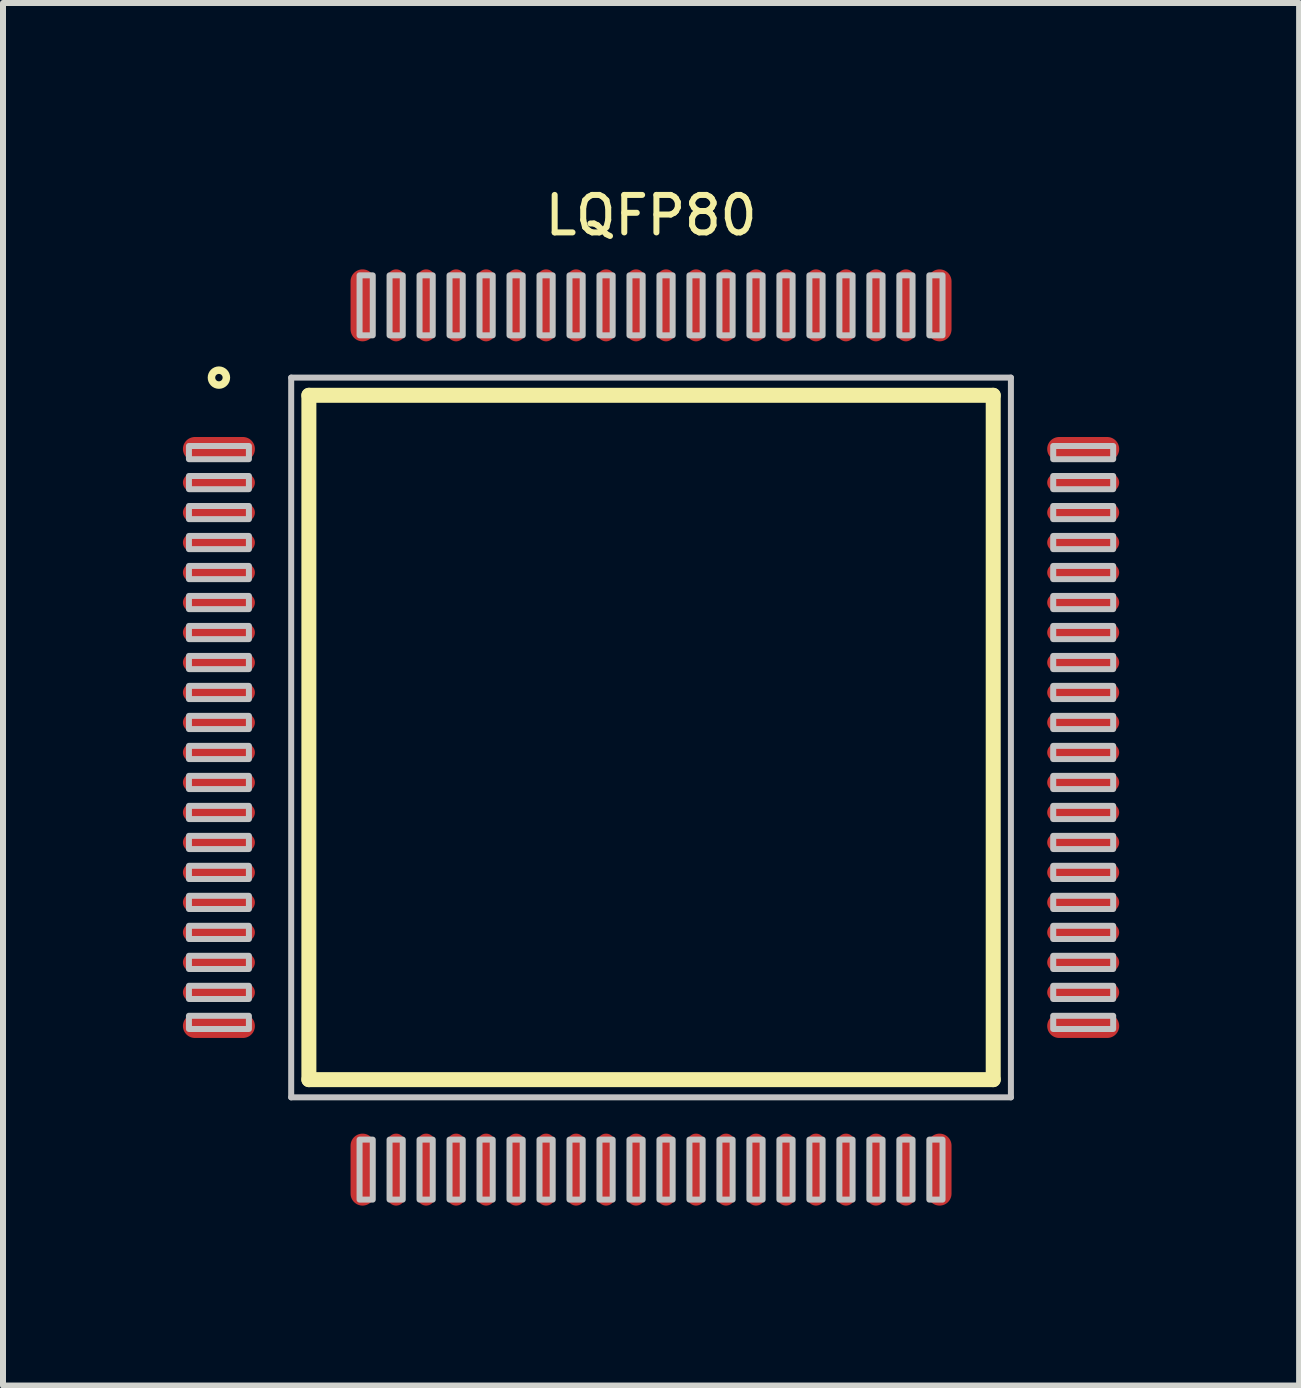
<source format=kicad_pcb>
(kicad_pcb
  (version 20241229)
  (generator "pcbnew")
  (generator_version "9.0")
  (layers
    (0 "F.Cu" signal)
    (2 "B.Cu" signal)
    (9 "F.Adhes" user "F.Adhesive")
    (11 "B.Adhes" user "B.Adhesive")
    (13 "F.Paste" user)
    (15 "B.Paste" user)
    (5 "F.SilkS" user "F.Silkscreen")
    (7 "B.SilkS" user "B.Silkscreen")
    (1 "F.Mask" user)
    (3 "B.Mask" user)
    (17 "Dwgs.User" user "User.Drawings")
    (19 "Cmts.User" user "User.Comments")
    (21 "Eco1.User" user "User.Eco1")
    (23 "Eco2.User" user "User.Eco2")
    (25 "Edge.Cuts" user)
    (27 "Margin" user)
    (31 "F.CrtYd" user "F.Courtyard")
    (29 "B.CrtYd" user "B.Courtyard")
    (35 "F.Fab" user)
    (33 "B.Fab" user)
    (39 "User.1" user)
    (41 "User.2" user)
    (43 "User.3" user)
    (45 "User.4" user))
  (footprint "LQFP80"
    (layer "F.Cu")
    (at 7.805 9.246)
    (property "Reference" "LQFP80" (at 0 -8.705 0) (layer "F.SilkS") (effects (font (size 0.625 0.625) (thickness 0.1))))
    (attr through_hole)
    (fp_line (start -5.705 -5.705) (end 5.705 -5.705) (stroke (width 0.25) (type solid)) (layer "F.SilkS"))
    (fp_line (start -5.705 5.705) (end -5.705 -5.705) (stroke (width 0.25) (type solid)) (layer "F.SilkS"))
    (fp_line (start 5.705 -5.705) (end 5.705 5.705) (stroke (width 0.25) (type solid)) (layer "F.SilkS"))
    (fp_line (start 5.705 5.705) (end -5.705 5.705) (stroke (width 0.25) (type solid)) (layer "F.SilkS"))
    (fp_circle (center -7.205 -6) (end -7.117 -5.912) (stroke (width 0.125) (type solid)) (fill no) (layer "F.SilkS"))
    (fp_line (start -6 -6) (end -6 6) (stroke (width 0.1) (type solid)) (layer "Dwgs.User"))
    (fp_line (start -6 6) (end 6 6) (stroke (width 0.1) (type solid)) (layer "Dwgs.User"))
    (fp_line (start 6 -6) (end -6 -6) (stroke (width 0.1) (type solid)) (layer "Dwgs.User"))
    (fp_line (start 6 6) (end 6 -6) (stroke (width 0.1) (type solid)) (layer "Dwgs.User"))
    (fp_poly (pts (xy -7.705 -4.86) (xy -7.705 -4.64) (xy -6.705 -4.64) (xy -6.705 -4.86) (xy -7.705 -4.86)) (stroke (width 0.1) (type solid)) (fill no) (layer "Dwgs.User"))
    (fp_poly (pts (xy -7.705 -4.36) (xy -7.705 -4.14) (xy -6.705 -4.14) (xy -6.705 -4.36) (xy -7.705 -4.36)) (stroke (width 0.1) (type solid)) (fill no) (layer "Dwgs.User"))
    (fp_poly (pts (xy -7.705 -3.86) (xy -7.705 -3.64) (xy -6.705 -3.64) (xy -6.705 -3.86) (xy -7.705 -3.86)) (stroke (width 0.1) (type solid)) (fill no) (layer "Dwgs.User"))
    (fp_poly (pts (xy -7.705 -3.36) (xy -7.705 -3.14) (xy -6.705 -3.14) (xy -6.705 -3.36) (xy -7.705 -3.36)) (stroke (width 0.1) (type solid)) (fill no) (layer "Dwgs.User"))
    (fp_poly (pts (xy -7.705 -2.86) (xy -7.705 -2.64) (xy -6.705 -2.64) (xy -6.705 -2.86) (xy -7.705 -2.86)) (stroke (width 0.1) (type solid)) (fill no) (layer "Dwgs.User"))
    (fp_poly (pts (xy -7.705 -2.36) (xy -7.705 -2.14) (xy -6.705 -2.14) (xy -6.705 -2.36) (xy -7.705 -2.36)) (stroke (width 0.1) (type solid)) (fill no) (layer "Dwgs.User"))
    (fp_poly (pts (xy -7.705 -1.86) (xy -7.705 -1.64) (xy -6.705 -1.64) (xy -6.705 -1.86) (xy -7.705 -1.86)) (stroke (width 0.1) (type solid)) (fill no) (layer "Dwgs.User"))
    (fp_poly (pts (xy -7.705 -1.36) (xy -7.705 -1.14) (xy -6.705 -1.14) (xy -6.705 -1.36) (xy -7.705 -1.36)) (stroke (width 0.1) (type solid)) (fill no) (layer "Dwgs.User"))
    (fp_poly (pts (xy -7.705 -0.86) (xy -7.705 -0.64) (xy -6.705 -0.64) (xy -6.705 -0.86) (xy -7.705 -0.86)) (stroke (width 0.1) (type solid)) (fill no) (layer "Dwgs.User"))
    (fp_poly (pts (xy -7.705 -0.36) (xy -7.705 -0.14) (xy -6.705 -0.14) (xy -6.705 -0.36) (xy -7.705 -0.36)) (stroke (width 0.1) (type solid)) (fill no) (layer "Dwgs.User"))
    (fp_poly (pts (xy -7.705 0.14) (xy -7.705 0.36) (xy -6.705 0.36) (xy -6.705 0.14) (xy -7.705 0.14)) (stroke (width 0.1) (type solid)) (fill no) (layer "Dwgs.User"))
    (fp_poly (pts (xy -7.705 0.64) (xy -7.705 0.86) (xy -6.705 0.86) (xy -6.705 0.64) (xy -7.705 0.64)) (stroke (width 0.1) (type solid)) (fill no) (layer "Dwgs.User"))
    (fp_poly (pts (xy -7.705 1.14) (xy -7.705 1.36) (xy -6.705 1.36) (xy -6.705 1.14) (xy -7.705 1.14)) (stroke (width 0.1) (type solid)) (fill no) (layer "Dwgs.User"))
    (fp_poly (pts (xy -7.705 1.64) (xy -7.705 1.86) (xy -6.705 1.86) (xy -6.705 1.64) (xy -7.705 1.64)) (stroke (width 0.1) (type solid)) (fill no) (layer "Dwgs.User"))
    (fp_poly (pts (xy -7.705 2.14) (xy -7.705 2.36) (xy -6.705 2.36) (xy -6.705 2.14) (xy -7.705 2.14)) (stroke (width 0.1) (type solid)) (fill no) (layer "Dwgs.User"))
    (fp_poly (pts (xy -7.705 2.64) (xy -7.705 2.86) (xy -6.705 2.86) (xy -6.705 2.64) (xy -7.705 2.64)) (stroke (width 0.1) (type solid)) (fill no) (layer "Dwgs.User"))
    (fp_poly (pts (xy -7.705 3.14) (xy -7.705 3.36) (xy -6.705 3.36) (xy -6.705 3.14) (xy -7.705 3.14)) (stroke (width 0.1) (type solid)) (fill no) (layer "Dwgs.User"))
    (fp_poly (pts (xy -7.705 3.64) (xy -7.705 3.86) (xy -6.705 3.86) (xy -6.705 3.64) (xy -7.705 3.64)) (stroke (width 0.1) (type solid)) (fill no) (layer "Dwgs.User"))
    (fp_poly (pts (xy -7.705 4.14) (xy -7.705 4.36) (xy -6.705 4.36) (xy -6.705 4.14) (xy -7.705 4.14)) (stroke (width 0.1) (type solid)) (fill no) (layer "Dwgs.User"))
    (fp_poly (pts (xy -7.705 4.64) (xy -7.705 4.86) (xy -6.705 4.86) (xy -6.705 4.64) (xy -7.705 4.64)) (stroke (width 0.1) (type solid)) (fill no) (layer "Dwgs.User"))
    (fp_poly (pts (xy -4.86 -7.705) (xy -4.86 -6.705) (xy -4.64 -6.705) (xy -4.64 -7.705) (xy -4.86 -7.705)) (stroke (width 0.1) (type solid)) (fill no) (layer "Dwgs.User"))
    (fp_poly (pts (xy -4.86 6.705) (xy -4.86 7.705) (xy -4.64 7.705) (xy -4.64 6.705) (xy -4.86 6.705)) (stroke (width 0.1) (type solid)) (fill no) (layer "Dwgs.User"))
    (fp_poly (pts (xy -4.36 -7.705) (xy -4.36 -6.705) (xy -4.14 -6.705) (xy -4.14 -7.705) (xy -4.36 -7.705)) (stroke (width 0.1) (type solid)) (fill no) (layer "Dwgs.User"))
    (fp_poly (pts (xy -4.36 6.705) (xy -4.36 7.705) (xy -4.14 7.705) (xy -4.14 6.705) (xy -4.36 6.705)) (stroke (width 0.1) (type solid)) (fill no) (layer "Dwgs.User"))
    (fp_poly (pts (xy -3.86 -7.705) (xy -3.86 -6.705) (xy -3.64 -6.705) (xy -3.64 -7.705) (xy -3.86 -7.705)) (stroke (width 0.1) (type solid)) (fill no) (layer "Dwgs.User"))
    (fp_poly (pts (xy -3.86 6.705) (xy -3.86 7.705) (xy -3.64 7.705) (xy -3.64 6.705) (xy -3.86 6.705)) (stroke (width 0.1) (type solid)) (fill no) (layer "Dwgs.User"))
    (fp_poly (pts (xy -3.36 -7.705) (xy -3.36 -6.705) (xy -3.14 -6.705) (xy -3.14 -7.705) (xy -3.36 -7.705)) (stroke (width 0.1) (type solid)) (fill no) (layer "Dwgs.User"))
    (fp_poly (pts (xy -3.36 6.705) (xy -3.36 7.705) (xy -3.14 7.705) (xy -3.14 6.705) (xy -3.36 6.705)) (stroke (width 0.1) (type solid)) (fill no) (layer "Dwgs.User"))
    (fp_poly (pts (xy -2.86 -7.705) (xy -2.86 -6.705) (xy -2.64 -6.705) (xy -2.64 -7.705) (xy -2.86 -7.705)) (stroke (width 0.1) (type solid)) (fill no) (layer "Dwgs.User"))
    (fp_poly (pts (xy -2.86 6.705) (xy -2.86 7.705) (xy -2.64 7.705) (xy -2.64 6.705) (xy -2.86 6.705)) (stroke (width 0.1) (type solid)) (fill no) (layer "Dwgs.User"))
    (fp_poly (pts (xy -2.36 -7.705) (xy -2.36 -6.705) (xy -2.14 -6.705) (xy -2.14 -7.705) (xy -2.36 -7.705)) (stroke (width 0.1) (type solid)) (fill no) (layer "Dwgs.User"))
    (fp_poly (pts (xy -2.36 6.705) (xy -2.36 7.705) (xy -2.14 7.705) (xy -2.14 6.705) (xy -2.36 6.705)) (stroke (width 0.1) (type solid)) (fill no) (layer "Dwgs.User"))
    (fp_poly (pts (xy -1.86 -7.705) (xy -1.86 -6.705) (xy -1.64 -6.705) (xy -1.64 -7.705) (xy -1.86 -7.705)) (stroke (width 0.1) (type solid)) (fill no) (layer "Dwgs.User"))
    (fp_poly (pts (xy -1.86 6.705) (xy -1.86 7.705) (xy -1.64 7.705) (xy -1.64 6.705) (xy -1.86 6.705)) (stroke (width 0.1) (type solid)) (fill no) (layer "Dwgs.User"))
    (fp_poly (pts (xy -1.36 -7.705) (xy -1.36 -6.705) (xy -1.14 -6.705) (xy -1.14 -7.705) (xy -1.36 -7.705)) (stroke (width 0.1) (type solid)) (fill no) (layer "Dwgs.User"))
    (fp_poly (pts (xy -1.36 6.705) (xy -1.36 7.705) (xy -1.14 7.705) (xy -1.14 6.705) (xy -1.36 6.705)) (stroke (width 0.1) (type solid)) (fill no) (layer "Dwgs.User"))
    (fp_poly (pts (xy -0.86 -7.705) (xy -0.86 -6.705) (xy -0.64 -6.705) (xy -0.64 -7.705) (xy -0.86 -7.705)) (stroke (width 0.1) (type solid)) (fill no) (layer "Dwgs.User"))
    (fp_poly (pts (xy -0.86 6.705) (xy -0.86 7.705) (xy -0.64 7.705) (xy -0.64 6.705) (xy -0.86 6.705)) (stroke (width 0.1) (type solid)) (fill no) (layer "Dwgs.User"))
    (fp_poly (pts (xy -0.36 -7.705) (xy -0.36 -6.705) (xy -0.14 -6.705) (xy -0.14 -7.705) (xy -0.36 -7.705)) (stroke (width 0.1) (type solid)) (fill no) (layer "Dwgs.User"))
    (fp_poly (pts (xy -0.36 6.705) (xy -0.36 7.705) (xy -0.14 7.705) (xy -0.14 6.705) (xy -0.36 6.705)) (stroke (width 0.1) (type solid)) (fill no) (layer "Dwgs.User"))
    (fp_poly (pts (xy 0.14 -7.705) (xy 0.14 -6.705) (xy 0.36 -6.705) (xy 0.36 -7.705) (xy 0.14 -7.705)) (stroke (width 0.1) (type solid)) (fill no) (layer "Dwgs.User"))
    (fp_poly (pts (xy 0.14 6.705) (xy 0.14 7.705) (xy 0.36 7.705) (xy 0.36 6.705) (xy 0.14 6.705)) (stroke (width 0.1) (type solid)) (fill no) (layer "Dwgs.User"))
    (fp_poly (pts (xy 0.64 -7.705) (xy 0.64 -6.705) (xy 0.86 -6.705) (xy 0.86 -7.705) (xy 0.64 -7.705)) (stroke (width 0.1) (type solid)) (fill no) (layer "Dwgs.User"))
    (fp_poly (pts (xy 0.64 6.705) (xy 0.64 7.705) (xy 0.86 7.705) (xy 0.86 6.705) (xy 0.64 6.705)) (stroke (width 0.1) (type solid)) (fill no) (layer "Dwgs.User"))
    (fp_poly (pts (xy 1.14 -7.705) (xy 1.14 -6.705) (xy 1.36 -6.705) (xy 1.36 -7.705) (xy 1.14 -7.705)) (stroke (width 0.1) (type solid)) (fill no) (layer "Dwgs.User"))
    (fp_poly (pts (xy 1.14 6.705) (xy 1.14 7.705) (xy 1.36 7.705) (xy 1.36 6.705) (xy 1.14 6.705)) (stroke (width 0.1) (type solid)) (fill no) (layer "Dwgs.User"))
    (fp_poly (pts (xy 1.64 -7.705) (xy 1.64 -6.705) (xy 1.86 -6.705) (xy 1.86 -7.705) (xy 1.64 -7.705)) (stroke (width 0.1) (type solid)) (fill no) (layer "Dwgs.User"))
    (fp_poly (pts (xy 1.64 6.705) (xy 1.64 7.705) (xy 1.86 7.705) (xy 1.86 6.705) (xy 1.64 6.705)) (stroke (width 0.1) (type solid)) (fill no) (layer "Dwgs.User"))
    (fp_poly (pts (xy 2.14 -7.705) (xy 2.14 -6.705) (xy 2.36 -6.705) (xy 2.36 -7.705) (xy 2.14 -7.705)) (stroke (width 0.1) (type solid)) (fill no) (layer "Dwgs.User"))
    (fp_poly (pts (xy 2.14 6.705) (xy 2.14 7.705) (xy 2.36 7.705) (xy 2.36 6.705) (xy 2.14 6.705)) (stroke (width 0.1) (type solid)) (fill no) (layer "Dwgs.User"))
    (fp_poly (pts (xy 2.64 -7.705) (xy 2.64 -6.705) (xy 2.86 -6.705) (xy 2.86 -7.705) (xy 2.64 -7.705)) (stroke (width 0.1) (type solid)) (fill no) (layer "Dwgs.User"))
    (fp_poly (pts (xy 2.64 6.705) (xy 2.64 7.705) (xy 2.86 7.705) (xy 2.86 6.705) (xy 2.64 6.705)) (stroke (width 0.1) (type solid)) (fill no) (layer "Dwgs.User"))
    (fp_poly (pts (xy 3.14 -7.705) (xy 3.14 -6.705) (xy 3.36 -6.705) (xy 3.36 -7.705) (xy 3.14 -7.705)) (stroke (width 0.1) (type solid)) (fill no) (layer "Dwgs.User"))
    (fp_poly (pts (xy 3.14 6.705) (xy 3.14 7.705) (xy 3.36 7.705) (xy 3.36 6.705) (xy 3.14 6.705)) (stroke (width 0.1) (type solid)) (fill no) (layer "Dwgs.User"))
    (fp_poly (pts (xy 3.64 -7.705) (xy 3.64 -6.705) (xy 3.86 -6.705) (xy 3.86 -7.705) (xy 3.64 -7.705)) (stroke (width 0.1) (type solid)) (fill no) (layer "Dwgs.User"))
    (fp_poly (pts (xy 3.64 6.705) (xy 3.64 7.705) (xy 3.86 7.705) (xy 3.86 6.705) (xy 3.64 6.705)) (stroke (width 0.1) (type solid)) (fill no) (layer "Dwgs.User"))
    (fp_poly (pts (xy 4.14 -7.705) (xy 4.14 -6.705) (xy 4.36 -6.705) (xy 4.36 -7.705) (xy 4.14 -7.705)) (stroke (width 0.1) (type solid)) (fill no) (layer "Dwgs.User"))
    (fp_poly (pts (xy 4.14 6.705) (xy 4.14 7.705) (xy 4.36 7.705) (xy 4.36 6.705) (xy 4.14 6.705)) (stroke (width 0.1) (type solid)) (fill no) (layer "Dwgs.User"))
    (fp_poly (pts (xy 4.64 -7.705) (xy 4.64 -6.705) (xy 4.86 -6.705) (xy 4.86 -7.705) (xy 4.64 -7.705)) (stroke (width 0.1) (type solid)) (fill no) (layer "Dwgs.User"))
    (fp_poly (pts (xy 4.64 6.705) (xy 4.64 7.705) (xy 4.86 7.705) (xy 4.86 6.705) (xy 4.64 6.705)) (stroke (width 0.1) (type solid)) (fill no) (layer "Dwgs.User"))
    (fp_poly (pts (xy 6.705 -4.86) (xy 6.705 -4.64) (xy 7.705 -4.64) (xy 7.705 -4.86) (xy 6.705 -4.86)) (stroke (width 0.1) (type solid)) (fill no) (layer "Dwgs.User"))
    (fp_poly (pts (xy 6.705 -4.36) (xy 6.705 -4.14) (xy 7.705 -4.14) (xy 7.705 -4.36) (xy 6.705 -4.36)) (stroke (width 0.1) (type solid)) (fill no) (layer "Dwgs.User"))
    (fp_poly (pts (xy 6.705 -3.86) (xy 6.705 -3.64) (xy 7.705 -3.64) (xy 7.705 -3.86) (xy 6.705 -3.86)) (stroke (width 0.1) (type solid)) (fill no) (layer "Dwgs.User"))
    (fp_poly (pts (xy 6.705 -3.36) (xy 6.705 -3.14) (xy 7.705 -3.14) (xy 7.705 -3.36) (xy 6.705 -3.36)) (stroke (width 0.1) (type solid)) (fill no) (layer "Dwgs.User"))
    (fp_poly (pts (xy 6.705 -2.86) (xy 6.705 -2.64) (xy 7.705 -2.64) (xy 7.705 -2.86) (xy 6.705 -2.86)) (stroke (width 0.1) (type solid)) (fill no) (layer "Dwgs.User"))
    (fp_poly (pts (xy 6.705 -2.36) (xy 6.705 -2.14) (xy 7.705 -2.14) (xy 7.705 -2.36) (xy 6.705 -2.36)) (stroke (width 0.1) (type solid)) (fill no) (layer "Dwgs.User"))
    (fp_poly (pts (xy 6.705 -1.86) (xy 6.705 -1.64) (xy 7.705 -1.64) (xy 7.705 -1.86) (xy 6.705 -1.86)) (stroke (width 0.1) (type solid)) (fill no) (layer "Dwgs.User"))
    (fp_poly (pts (xy 6.705 -1.36) (xy 6.705 -1.14) (xy 7.705 -1.14) (xy 7.705 -1.36) (xy 6.705 -1.36)) (stroke (width 0.1) (type solid)) (fill no) (layer "Dwgs.User"))
    (fp_poly (pts (xy 6.705 -0.86) (xy 6.705 -0.64) (xy 7.705 -0.64) (xy 7.705 -0.86) (xy 6.705 -0.86)) (stroke (width 0.1) (type solid)) (fill no) (layer "Dwgs.User"))
    (fp_poly (pts (xy 6.705 -0.36) (xy 6.705 -0.14) (xy 7.705 -0.14) (xy 7.705 -0.36) (xy 6.705 -0.36)) (stroke (width 0.1) (type solid)) (fill no) (layer "Dwgs.User"))
    (fp_poly (pts (xy 6.705 0.14) (xy 6.705 0.36) (xy 7.705 0.36) (xy 7.705 0.14) (xy 6.705 0.14)) (stroke (width 0.1) (type solid)) (fill no) (layer "Dwgs.User"))
    (fp_poly (pts (xy 6.705 0.64) (xy 6.705 0.86) (xy 7.705 0.86) (xy 7.705 0.64) (xy 6.705 0.64)) (stroke (width 0.1) (type solid)) (fill no) (layer "Dwgs.User"))
    (fp_poly (pts (xy 6.705 1.14) (xy 6.705 1.36) (xy 7.705 1.36) (xy 7.705 1.14) (xy 6.705 1.14)) (stroke (width 0.1) (type solid)) (fill no) (layer "Dwgs.User"))
    (fp_poly (pts (xy 6.705 1.64) (xy 6.705 1.86) (xy 7.705 1.86) (xy 7.705 1.64) (xy 6.705 1.64)) (stroke (width 0.1) (type solid)) (fill no) (layer "Dwgs.User"))
    (fp_poly (pts (xy 6.705 2.14) (xy 6.705 2.36) (xy 7.705 2.36) (xy 7.705 2.14) (xy 6.705 2.14)) (stroke (width 0.1) (type solid)) (fill no) (layer "Dwgs.User"))
    (fp_poly (pts (xy 6.705 2.64) (xy 6.705 2.86) (xy 7.705 2.86) (xy 7.705 2.64) (xy 6.705 2.64)) (stroke (width 0.1) (type solid)) (fill no) (layer "Dwgs.User"))
    (fp_poly (pts (xy 6.705 3.14) (xy 6.705 3.36) (xy 7.705 3.36) (xy 7.705 3.14) (xy 6.705 3.14)) (stroke (width 0.1) (type solid)) (fill no) (layer "Dwgs.User"))
    (fp_poly (pts (xy 6.705 3.64) (xy 6.705 3.86) (xy 7.705 3.86) (xy 7.705 3.64) (xy 6.705 3.64)) (stroke (width 0.1) (type solid)) (fill no) (layer "Dwgs.User"))
    (fp_poly (pts (xy 6.705 4.14) (xy 6.705 4.36) (xy 7.705 4.36) (xy 7.705 4.14) (xy 6.705 4.14)) (stroke (width 0.1) (type solid)) (fill no) (layer "Dwgs.User"))
    (fp_poly (pts (xy 6.705 4.64) (xy 6.705 4.86) (xy 7.705 4.86) (xy 7.705 4.64) (xy 6.705 4.64)) (stroke (width 0.1) (type solid)) (fill no) (layer "Dwgs.User"))
    (pad "1" smd oval (at -7.205 -4.81 180) (size 1.2 0.4) (layers "F.Cu" "F.Mask" "F.Paste"))
    (pad "2" smd oval (at -7.205 -4.25 180) (size 1.2 0.29) (layers "F.Cu" "F.Mask" "F.Paste"))
    (pad "3" smd oval (at -7.205 -3.75 180) (size 1.2 0.29) (layers "F.Cu" "F.Mask" "F.Paste"))
    (pad "4" smd oval (at -7.205 -3.25 180) (size 1.2 0.29) (layers "F.Cu" "F.Mask" "F.Paste"))
    (pad "5" smd oval (at -7.205 -2.75 180) (size 1.2 0.29) (layers "F.Cu" "F.Mask" "F.Paste"))
    (pad "6" smd oval (at -7.205 -2.25 180) (size 1.2 0.29) (layers "F.Cu" "F.Mask" "F.Paste"))
    (pad "7" smd oval (at -7.205 -1.75 180) (size 1.2 0.29) (layers "F.Cu" "F.Mask" "F.Paste"))
    (pad "8" smd oval (at -7.205 -1.25 180) (size 1.2 0.29) (layers "F.Cu" "F.Mask" "F.Paste"))
    (pad "9" smd oval (at -7.205 -0.75 180) (size 1.2 0.29) (layers "F.Cu" "F.Mask" "F.Paste"))
    (pad "10" smd oval (at -7.205 -0.25 180) (size 1.2 0.29) (layers "F.Cu" "F.Mask" "F.Paste"))
    (pad "11" smd oval (at -7.205 0.25 180) (size 1.2 0.29) (layers "F.Cu" "F.Mask" "F.Paste"))
    (pad "12" smd oval (at -7.205 0.75 180) (size 1.2 0.29) (layers "F.Cu" "F.Mask" "F.Paste"))
    (pad "13" smd oval (at -7.205 1.25 180) (size 1.2 0.29) (layers "F.Cu" "F.Mask" "F.Paste"))
    (pad "14" smd oval (at -7.205 1.75 180) (size 1.2 0.29) (layers "F.Cu" "F.Mask" "F.Paste"))
    (pad "15" smd oval (at -7.205 2.25 180) (size 1.2 0.29) (layers "F.Cu" "F.Mask" "F.Paste"))
    (pad "16" smd oval (at -7.205 2.75 180) (size 1.2 0.29) (layers "F.Cu" "F.Mask" "F.Paste"))
    (pad "17" smd oval (at -7.205 3.25 180) (size 1.2 0.29) (layers "F.Cu" "F.Mask" "F.Paste"))
    (pad "18" smd oval (at -7.205 3.75 180) (size 1.2 0.29) (layers "F.Cu" "F.Mask" "F.Paste"))
    (pad "19" smd oval (at -7.205 4.25 180) (size 1.2 0.29) (layers "F.Cu" "F.Mask" "F.Paste"))
    (pad "20" smd oval (at -7.205 4.81 180) (size 1.2 0.4) (layers "F.Cu" "F.Mask" "F.Paste"))
    (pad "21" smd oval (at -4.81 7.205 90) (size 1.2 0.4) (layers "F.Cu" "F.Mask" "F.Paste"))
    (pad "22" smd oval (at -4.25 7.205 90) (size 1.2 0.29) (layers "F.Cu" "F.Mask" "F.Paste"))
    (pad "23" smd oval (at -3.75 7.205 90) (size 1.2 0.29) (layers "F.Cu" "F.Mask" "F.Paste"))
    (pad "24" smd oval (at -3.25 7.205 90) (size 1.2 0.29) (layers "F.Cu" "F.Mask" "F.Paste"))
    (pad "25" smd oval (at -2.75 7.205 90) (size 1.2 0.29) (layers "F.Cu" "F.Mask" "F.Paste"))
    (pad "26" smd oval (at -2.25 7.205 90) (size 1.2 0.29) (layers "F.Cu" "F.Mask" "F.Paste"))
    (pad "27" smd oval (at -1.75 7.205 90) (size 1.2 0.29) (layers "F.Cu" "F.Mask" "F.Paste"))
    (pad "28" smd oval (at -1.25 7.205 90) (size 1.2 0.29) (layers "F.Cu" "F.Mask" "F.Paste"))
    (pad "29" smd oval (at -0.75 7.205 90) (size 1.2 0.29) (layers "F.Cu" "F.Mask" "F.Paste"))
    (pad "30" smd oval (at -0.25 7.205 90) (size 1.2 0.29) (layers "F.Cu" "F.Mask" "F.Paste"))
    (pad "31" smd oval (at 0.25 7.205 90) (size 1.2 0.29) (layers "F.Cu" "F.Mask" "F.Paste"))
    (pad "32" smd oval (at 0.75 7.205 90) (size 1.2 0.29) (layers "F.Cu" "F.Mask" "F.Paste"))
    (pad "33" smd oval (at 1.25 7.205 90) (size 1.2 0.29) (layers "F.Cu" "F.Mask" "F.Paste"))
    (pad "34" smd oval (at 1.75 7.205 90) (size 1.2 0.29) (layers "F.Cu" "F.Mask" "F.Paste"))
    (pad "35" smd oval (at 2.25 7.205 90) (size 1.2 0.29) (layers "F.Cu" "F.Mask" "F.Paste"))
    (pad "36" smd oval (at 2.75 7.205 90) (size 1.2 0.29) (layers "F.Cu" "F.Mask" "F.Paste"))
    (pad "37" smd oval (at 3.25 7.205 90) (size 1.2 0.29) (layers "F.Cu" "F.Mask" "F.Paste"))
    (pad "38" smd oval (at 3.75 7.205 90) (size 1.2 0.29) (layers "F.Cu" "F.Mask" "F.Paste"))
    (pad "39" smd oval (at 4.25 7.205 90) (size 1.2 0.29) (layers "F.Cu" "F.Mask" "F.Paste"))
    (pad "40" smd oval (at 4.81 7.205 90) (size 1.2 0.4) (layers "F.Cu" "F.Mask" "F.Paste"))
    (pad "41" smd oval (at 7.205 4.81) (size 1.2 0.4) (layers "F.Cu" "F.Mask" "F.Paste"))
    (pad "42" smd oval (at 7.205 4.25) (size 1.2 0.29) (layers "F.Cu" "F.Mask" "F.Paste"))
    (pad "43" smd oval (at 7.205 3.75) (size 1.2 0.29) (layers "F.Cu" "F.Mask" "F.Paste"))
    (pad "44" smd oval (at 7.205 3.25) (size 1.2 0.29) (layers "F.Cu" "F.Mask" "F.Paste"))
    (pad "45" smd oval (at 7.205 2.75) (size 1.2 0.29) (layers "F.Cu" "F.Mask" "F.Paste"))
    (pad "46" smd oval (at 7.205 2.25) (size 1.2 0.29) (layers "F.Cu" "F.Mask" "F.Paste"))
    (pad "47" smd oval (at 7.205 1.75) (size 1.2 0.29) (layers "F.Cu" "F.Mask" "F.Paste"))
    (pad "48" smd oval (at 7.205 1.25) (size 1.2 0.29) (layers "F.Cu" "F.Mask" "F.Paste"))
    (pad "49" smd oval (at 7.205 0.75) (size 1.2 0.29) (layers "F.Cu" "F.Mask" "F.Paste"))
    (pad "50" smd oval (at 7.205 0.25) (size 1.2 0.29) (layers "F.Cu" "F.Mask" "F.Paste"))
    (pad "51" smd oval (at 7.205 -0.25) (size 1.2 0.29) (layers "F.Cu" "F.Mask" "F.Paste"))
    (pad "52" smd oval (at 7.205 -0.75) (size 1.2 0.29) (layers "F.Cu" "F.Mask" "F.Paste"))
    (pad "53" smd oval (at 7.205 -1.25) (size 1.2 0.29) (layers "F.Cu" "F.Mask" "F.Paste"))
    (pad "54" smd oval (at 7.205 -1.75) (size 1.2 0.29) (layers "F.Cu" "F.Mask" "F.Paste"))
    (pad "55" smd oval (at 7.205 -2.25) (size 1.2 0.29) (layers "F.Cu" "F.Mask" "F.Paste"))
    (pad "56" smd oval (at 7.205 -2.75) (size 1.2 0.29) (layers "F.Cu" "F.Mask" "F.Paste"))
    (pad "57" smd oval (at 7.205 -3.25) (size 1.2 0.29) (layers "F.Cu" "F.Mask" "F.Paste"))
    (pad "58" smd oval (at 7.205 -3.75) (size 1.2 0.29) (layers "F.Cu" "F.Mask" "F.Paste"))
    (pad "59" smd oval (at 7.205 -4.25) (size 1.2 0.29) (layers "F.Cu" "F.Mask" "F.Paste"))
    (pad "60" smd oval (at 7.205 -4.81) (size 1.2 0.4) (layers "F.Cu" "F.Mask" "F.Paste"))
    (pad "61" smd oval (at 4.81 -7.205 270) (size 1.2 0.4) (layers "F.Cu" "F.Mask" "F.Paste"))
    (pad "62" smd oval (at 4.25 -7.205 270) (size 1.2 0.29) (layers "F.Cu" "F.Mask" "F.Paste"))
    (pad "63" smd oval (at 3.75 -7.205 270) (size 1.2 0.29) (layers "F.Cu" "F.Mask" "F.Paste"))
    (pad "64" smd oval (at 3.25 -7.205 270) (size 1.2 0.29) (layers "F.Cu" "F.Mask" "F.Paste"))
    (pad "65" smd oval (at 2.75 -7.205 270) (size 1.2 0.29) (layers "F.Cu" "F.Mask" "F.Paste"))
    (pad "66" smd oval (at 2.25 -7.205 270) (size 1.2 0.29) (layers "F.Cu" "F.Mask" "F.Paste"))
    (pad "67" smd oval (at 1.75 -7.205 270) (size 1.2 0.29) (layers "F.Cu" "F.Mask" "F.Paste"))
    (pad "68" smd oval (at 1.25 -7.205 270) (size 1.2 0.29) (layers "F.Cu" "F.Mask" "F.Paste"))
    (pad "69" smd oval (at 0.75 -7.205 270) (size 1.2 0.29) (layers "F.Cu" "F.Mask" "F.Paste"))
    (pad "70" smd oval (at 0.25 -7.205 270) (size 1.2 0.29) (layers "F.Cu" "F.Mask" "F.Paste"))
    (pad "71" smd oval (at -0.25 -7.205 270) (size 1.2 0.29) (layers "F.Cu" "F.Mask" "F.Paste"))
    (pad "72" smd oval (at -0.75 -7.205 270) (size 1.2 0.29) (layers "F.Cu" "F.Mask" "F.Paste"))
    (pad "73" smd oval (at -1.25 -7.205 270) (size 1.2 0.29) (layers "F.Cu" "F.Mask" "F.Paste"))
    (pad "74" smd oval (at -1.75 -7.205 270) (size 1.2 0.29) (layers "F.Cu" "F.Mask" "F.Paste"))
    (pad "75" smd oval (at -2.25 -7.205 270) (size 1.2 0.29) (layers "F.Cu" "F.Mask" "F.Paste"))
    (pad "76" smd oval (at -2.75 -7.205 270) (size 1.2 0.29) (layers "F.Cu" "F.Mask" "F.Paste"))
    (pad "77" smd oval (at -3.25 -7.205 270) (size 1.2 0.29) (layers "F.Cu" "F.Mask" "F.Paste"))
    (pad "78" smd oval (at -3.75 -7.205 270) (size 1.2 0.29) (layers "F.Cu" "F.Mask" "F.Paste"))
    (pad "79" smd oval (at -4.25 -7.205 270) (size 1.2 0.29) (layers "F.Cu" "F.Mask" "F.Paste"))
    (pad "80" smd oval (at -4.81 -7.205 270) (size 1.2 0.4) (layers "F.Cu" "F.Mask" "F.Paste")))
  (gr_rect
    (start -3 -3)
    (end 18.61 20.051)
    (stroke (width 0.1) (type default))
    (fill no)
    (layer "Edge.Cuts")))
</source>
